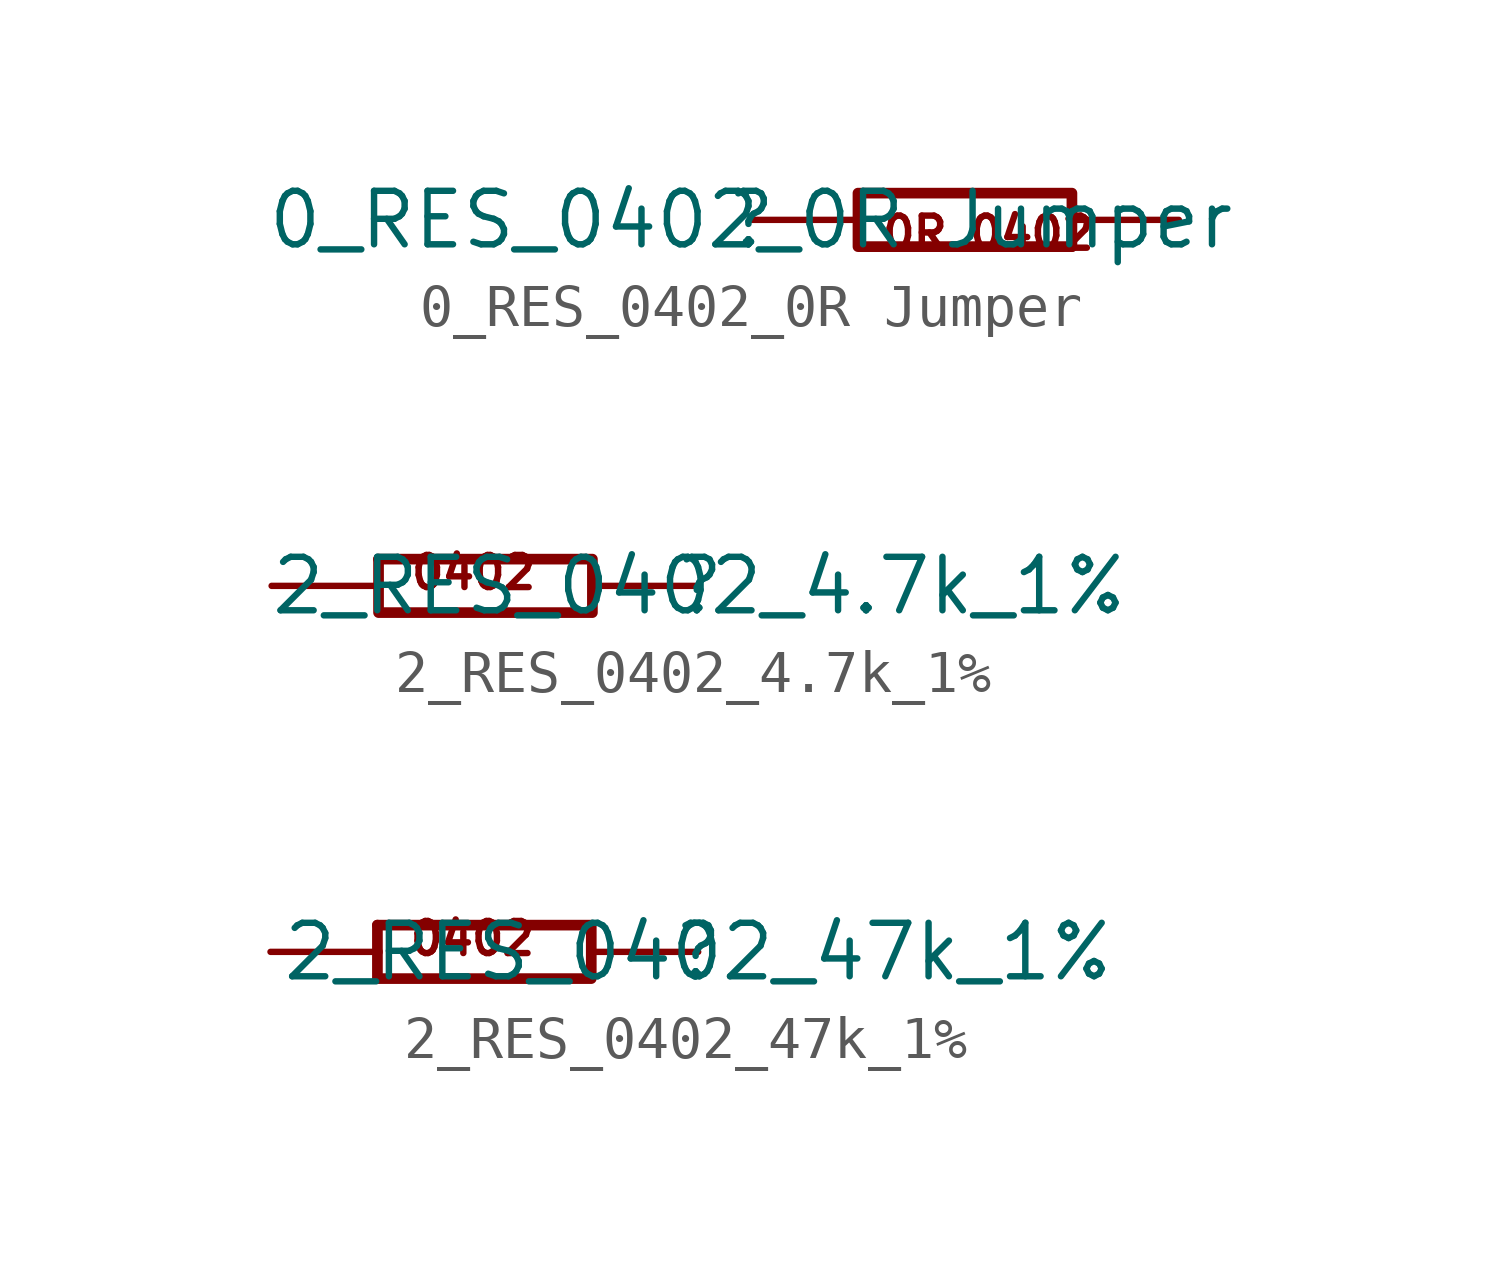
<source format=kicad_sym>
(kicad_symbol_lib
  (version 20211014)
  (generator kicad_symbol_editor)
  (symbol "0_RES_0402_0R Jumper"
    (property "Reference" ""
      (at 0 0 0)
      (effects (font (size 1.27 1.27))))
    (property "Value" "0_RES_0402_0R Jumper"
      (at 0 0 0)
      (effects (font (size 1.27 1.27))))
    (symbol "0_RES_0402_0R Jumper_1_0"
      (polyline (pts (xy 7.62 -0.635) (xy 7.62 0)) (stroke (width 0.254) (type default) (color 0 0 0 0)) (fill (type none)))
      (polyline (pts (xy 7.62 0) (xy 7.62 0.635) (xy 2.54 0.635) (xy 2.54 -0.635) (xy 7.62 -0.635)) (stroke (width 0.254) (type default) (color 0 0 0 0)) (fill (type none)))
      (text "0R 0402" (at 3.048 -0.762 0) (effects (font (size 0.762 0.762)) (justify left bottom)))
      (pin passive line (at 0 0 0) (length 2.54) (name "1" (effects (font (size 0 0)))) (number "1" (effects (font (size 0 0)))))
      (pin passive line (at 10.16 0 180) (length 2.54) (name "2" (effects (font (size 0 0)))) (number "2" (effects (font (size 0 0)))))))
  (symbol "2_RES_0402_4.7k_1%"
    (property "Reference" ""
      (at 0 0 0)
      (effects (font (size 1.27 1.27))))
    (property "Value" "2_RES_0402_4.7k_1%"
      (at 0 0 0)
      (effects (font (size 1.27 1.27))))
    (symbol "2_RES_0402_4.7k_1%_1_0"
      (polyline (pts (xy -7.62 0.635) (xy -7.62 0)) (stroke (width 0.254) (type default) (color 0 0 0 0)) (fill (type none)))
      (polyline (pts (xy -7.62 0) (xy -7.62 -0.635) (xy -2.54 -0.635) (xy -2.54 0.635) (xy -7.62 0.635)) (stroke (width 0.254) (type default) (color 0 0 0 0)) (fill (type none)))
      (text "0402" (at -3.81 0.762 0) (effects (font (size 0.762 0.762)) (justify right top)))
      (pin passive line (at 0 0 180) (length 2.54) (name "1" (effects (font (size 0 0)))) (number "1" (effects (font (size 0 0)))))
      (pin passive line (at -10.16 0 0) (length 2.54) (name "2" (effects (font (size 0 0)))) (number "2" (effects (font (size 0 0)))))))
  (symbol "2_RES_0402_47k_1%"
    (property "Reference" ""
      (at 0 0 0)
      (effects (font (size 1.27 1.27))))
    (property "Value" "2_RES_0402_47k_1%"
      (at 0 0 0)
      (effects (font (size 1.27 1.27))))
    (symbol "2_RES_0402_47k_1%_1_0"
      (polyline (pts (xy -7.62 0.635) (xy -7.62 0)) (stroke (width 0.254) (type default) (color 0 0 0 0)) (fill (type none)))
      (polyline (pts (xy -7.62 0) (xy -7.62 -0.635) (xy -2.54 -0.635) (xy -2.54 0.635) (xy -7.62 0.635)) (stroke (width 0.254) (type default) (color 0 0 0 0)) (fill (type none)))
      (text "0402" (at -3.81 0.762 0) (effects (font (size 0.762 0.762)) (justify right top)))
      (pin passive line (at 0 0 180) (length 2.54) (name "1" (effects (font (size 0 0)))) (number "1" (effects (font (size 0 0)))))
      (pin passive line (at -10.16 0 0) (length 2.54) (name "2" (effects (font (size 0 0)))) (number "2" (effects (font (size 0 0))))))))
</source>
